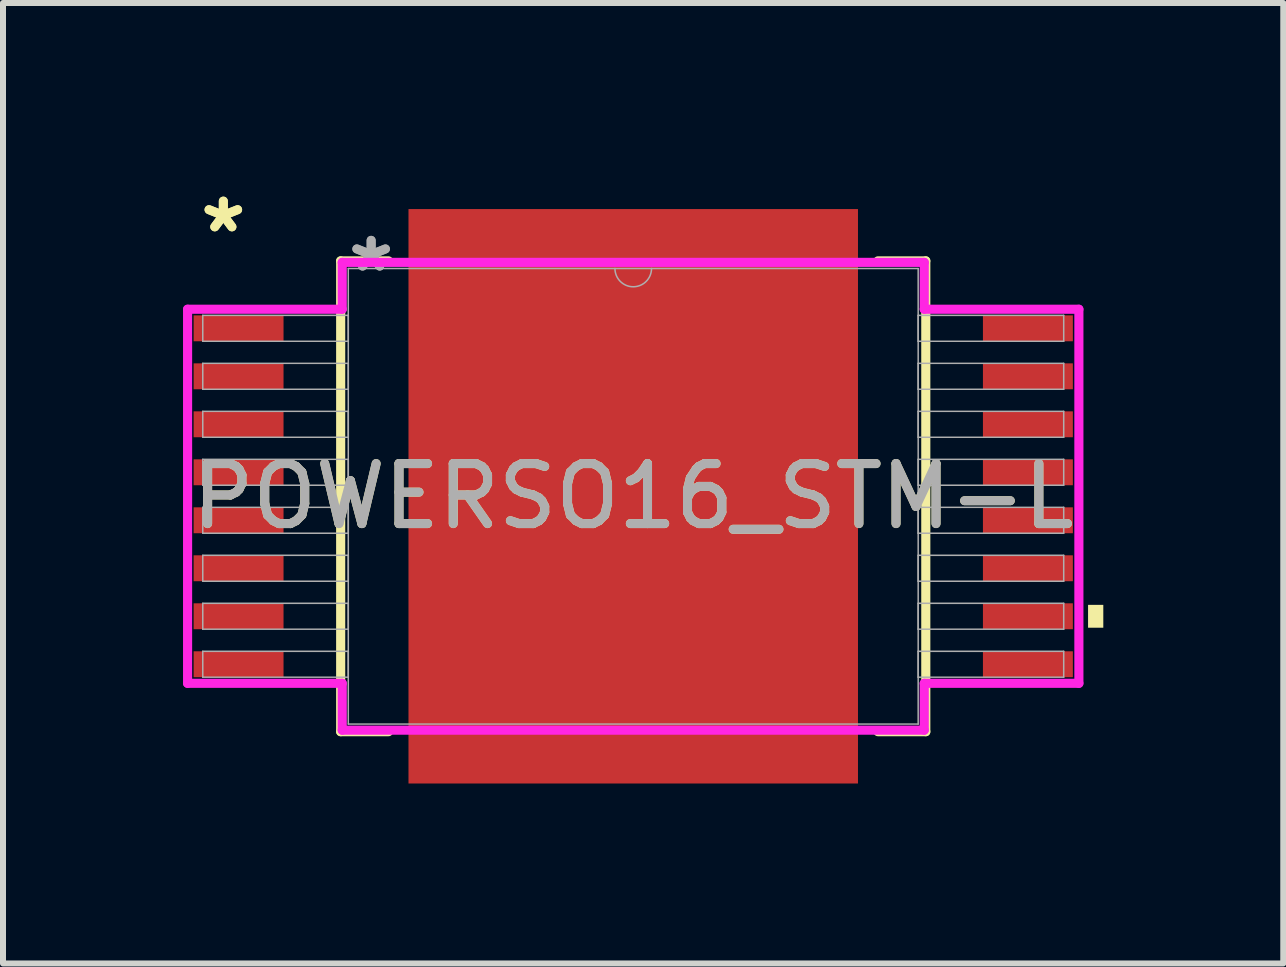
<source format=kicad_pcb>
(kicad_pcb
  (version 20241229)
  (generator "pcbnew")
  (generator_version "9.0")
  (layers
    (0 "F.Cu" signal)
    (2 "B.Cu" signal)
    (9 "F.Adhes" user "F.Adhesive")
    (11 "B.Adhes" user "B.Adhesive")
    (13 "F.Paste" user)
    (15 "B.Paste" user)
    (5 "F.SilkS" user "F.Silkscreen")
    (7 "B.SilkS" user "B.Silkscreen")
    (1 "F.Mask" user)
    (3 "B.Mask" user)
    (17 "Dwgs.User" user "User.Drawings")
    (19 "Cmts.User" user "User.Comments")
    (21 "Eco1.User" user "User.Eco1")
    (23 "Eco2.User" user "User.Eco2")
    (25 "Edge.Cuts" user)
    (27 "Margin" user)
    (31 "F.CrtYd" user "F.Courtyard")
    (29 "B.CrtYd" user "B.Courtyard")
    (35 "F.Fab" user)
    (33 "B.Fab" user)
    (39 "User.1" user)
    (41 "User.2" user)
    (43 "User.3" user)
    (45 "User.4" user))
  (footprint "POWERSO16_STM-L"
    (layer "F.Cu")
    (at 7.506 5.223)
    (property "Reference" "POWERSO16_STM-L" (at 0 0 0) (unlocked yes) (layer "F.SilkS") (effects (font (size 1 1) (thickness 0.15))))
    (attr smd)
    (fp_line (start -4.877 -3.924) (end -4.877 3.924) (stroke (width 0.152) (type solid)) (layer "F.SilkS"))
    (fp_line (start -4.877 3.924) (end -4.079 3.924) (stroke (width 0.152) (type solid)) (layer "F.SilkS"))
    (fp_line (start -4.079 -3.924) (end -4.877 -3.924) (stroke (width 0.152) (type solid)) (layer "F.SilkS"))
    (fp_line (start 4.079 3.924) (end 4.877 3.924) (stroke (width 0.152) (type solid)) (layer "F.SilkS"))
    (fp_line (start 4.877 -3.924) (end 4.079 -3.924) (stroke (width 0.152) (type solid)) (layer "F.SilkS"))
    (fp_line (start 4.877 3.924) (end 4.877 -3.924) (stroke (width 0.152) (type solid)) (layer "F.SilkS"))
    (fp_poly (pts (xy 7.836 1.81) (xy 7.836 2.191) (xy 7.582 2.191) (xy 7.582 1.81)) (stroke (width 0) (type solid)) (fill yes) (layer "F.SilkS"))
    (fp_poly (pts (xy -3.647 -4.688) (xy -3.647 -3.52) (xy -2.348 -3.52) (xy -2.348 -4.688)) (stroke (width 0) (type solid)) (fill yes) (layer "F.Paste"))
    (fp_poly (pts (xy -3.647 -3.32) (xy -3.647 -2.152) (xy -2.348 -2.152) (xy -2.348 -3.32)) (stroke (width 0) (type solid)) (fill yes) (layer "F.Paste"))
    (fp_poly (pts (xy -3.647 -1.952) (xy -3.647 -0.784) (xy -2.348 -0.784) (xy -2.348 -1.952)) (stroke (width 0) (type solid)) (fill yes) (layer "F.Paste"))
    (fp_poly (pts (xy -3.647 -0.584) (xy -3.647 0.584) (xy -2.348 0.584) (xy -2.348 -0.584)) (stroke (width 0) (type solid)) (fill yes) (layer "F.Paste"))
    (fp_poly (pts (xy -3.647 0.784) (xy -3.647 1.952) (xy -2.348 1.952) (xy -2.348 0.784)) (stroke (width 0) (type solid)) (fill yes) (layer "F.Paste"))
    (fp_poly (pts (xy -3.647 2.152) (xy -3.647 3.32) (xy -2.348 3.32) (xy -2.348 2.152)) (stroke (width 0) (type solid)) (fill yes) (layer "F.Paste"))
    (fp_poly (pts (xy -3.647 3.52) (xy -3.647 4.688) (xy -2.348 4.688) (xy -2.348 3.52)) (stroke (width 0) (type solid)) (fill yes) (layer "F.Paste"))
    (fp_poly (pts (xy -2.148 -4.688) (xy -2.148 -3.52) (xy -0.849 -3.52) (xy -0.849 -4.688)) (stroke (width 0) (type solid)) (fill yes) (layer "F.Paste"))
    (fp_poly (pts (xy -2.148 -3.32) (xy -2.148 -2.152) (xy -0.849 -2.152) (xy -0.849 -3.32)) (stroke (width 0) (type solid)) (fill yes) (layer "F.Paste"))
    (fp_poly (pts (xy -2.148 -1.952) (xy -2.148 -0.784) (xy -0.849 -0.784) (xy -0.849 -1.952)) (stroke (width 0) (type solid)) (fill yes) (layer "F.Paste"))
    (fp_poly (pts (xy -2.148 -0.584) (xy -2.148 0.584) (xy -0.849 0.584) (xy -0.849 -0.584)) (stroke (width 0) (type solid)) (fill yes) (layer "F.Paste"))
    (fp_poly (pts (xy -2.148 0.784) (xy -2.148 1.952) (xy -0.849 1.952) (xy -0.849 0.784)) (stroke (width 0) (type solid)) (fill yes) (layer "F.Paste"))
    (fp_poly (pts (xy -2.148 2.152) (xy -2.148 3.32) (xy -0.849 3.32) (xy -0.849 2.152)) (stroke (width 0) (type solid)) (fill yes) (layer "F.Paste"))
    (fp_poly (pts (xy -2.148 3.52) (xy -2.148 4.688) (xy -0.849 4.688) (xy -0.849 3.52)) (stroke (width 0) (type solid)) (fill yes) (layer "F.Paste"))
    (fp_poly (pts (xy -0.649 -4.688) (xy -0.649 -3.52) (xy 0.649 -3.52) (xy 0.649 -4.688)) (stroke (width 0) (type solid)) (fill yes) (layer "F.Paste"))
    (fp_poly (pts (xy -0.649 -3.32) (xy -0.649 -2.152) (xy 0.649 -2.152) (xy 0.649 -3.32)) (stroke (width 0) (type solid)) (fill yes) (layer "F.Paste"))
    (fp_poly (pts (xy -0.649 -1.952) (xy -0.649 -0.784) (xy 0.649 -0.784) (xy 0.649 -1.952)) (stroke (width 0) (type solid)) (fill yes) (layer "F.Paste"))
    (fp_poly (pts (xy -0.649 -0.584) (xy -0.649 0.584) (xy 0.649 0.584) (xy 0.649 -0.584)) (stroke (width 0) (type solid)) (fill yes) (layer "F.Paste"))
    (fp_poly (pts (xy -0.649 0.784) (xy -0.649 1.952) (xy 0.649 1.952) (xy 0.649 0.784)) (stroke (width 0) (type solid)) (fill yes) (layer "F.Paste"))
    (fp_poly (pts (xy -0.649 2.152) (xy -0.649 3.32) (xy 0.649 3.32) (xy 0.649 2.152)) (stroke (width 0) (type solid)) (fill yes) (layer "F.Paste"))
    (fp_poly (pts (xy -0.649 3.52) (xy -0.649 4.688) (xy 0.649 4.688) (xy 0.649 3.52)) (stroke (width 0) (type solid)) (fill yes) (layer "F.Paste"))
    (fp_poly (pts (xy 0.849 -4.688) (xy 0.849 -3.52) (xy 2.148 -3.52) (xy 2.148 -4.688)) (stroke (width 0) (type solid)) (fill yes) (layer "F.Paste"))
    (fp_poly (pts (xy 0.849 -3.32) (xy 0.849 -2.152) (xy 2.148 -2.152) (xy 2.148 -3.32)) (stroke (width 0) (type solid)) (fill yes) (layer "F.Paste"))
    (fp_poly (pts (xy 0.849 -1.952) (xy 0.849 -0.784) (xy 2.148 -0.784) (xy 2.148 -1.952)) (stroke (width 0) (type solid)) (fill yes) (layer "F.Paste"))
    (fp_poly (pts (xy 0.849 -0.584) (xy 0.849 0.584) (xy 2.148 0.584) (xy 2.148 -0.584)) (stroke (width 0) (type solid)) (fill yes) (layer "F.Paste"))
    (fp_poly (pts (xy 0.849 0.784) (xy 0.849 1.952) (xy 2.148 1.952) (xy 2.148 0.784)) (stroke (width 0) (type solid)) (fill yes) (layer "F.Paste"))
    (fp_poly (pts (xy 0.849 2.152) (xy 0.849 3.32) (xy 2.148 3.32) (xy 2.148 2.152)) (stroke (width 0) (type solid)) (fill yes) (layer "F.Paste"))
    (fp_poly (pts (xy 0.849 3.52) (xy 0.849 4.688) (xy 2.148 4.688) (xy 2.148 3.52)) (stroke (width 0) (type solid)) (fill yes) (layer "F.Paste"))
    (fp_poly (pts (xy 2.348 -4.688) (xy 2.348 -3.52) (xy 3.647 -3.52) (xy 3.647 -4.688)) (stroke (width 0) (type solid)) (fill yes) (layer "F.Paste"))
    (fp_poly (pts (xy 2.348 -3.32) (xy 2.348 -2.152) (xy 3.647 -2.152) (xy 3.647 -3.32)) (stroke (width 0) (type solid)) (fill yes) (layer "F.Paste"))
    (fp_poly (pts (xy 2.348 -1.952) (xy 2.348 -0.784) (xy 3.647 -0.784) (xy 3.647 -1.952)) (stroke (width 0) (type solid)) (fill yes) (layer "F.Paste"))
    (fp_poly (pts (xy 2.348 -0.584) (xy 2.348 0.584) (xy 3.647 0.584) (xy 3.647 -0.584)) (stroke (width 0) (type solid)) (fill yes) (layer "F.Paste"))
    (fp_poly (pts (xy 2.348 0.784) (xy 2.348 1.952) (xy 3.647 1.952) (xy 3.647 0.784)) (stroke (width 0) (type solid)) (fill yes) (layer "F.Paste"))
    (fp_poly (pts (xy 2.348 2.152) (xy 2.348 3.32) (xy 3.647 3.32) (xy 3.647 2.152)) (stroke (width 0) (type solid)) (fill yes) (layer "F.Paste"))
    (fp_poly (pts (xy 2.348 3.52) (xy 2.348 4.688) (xy 3.647 4.688) (xy 3.647 3.52)) (stroke (width 0) (type solid)) (fill yes) (layer "F.Paste"))
    (fp_line (start -7.429 -3.118) (end -4.851 -3.118) (stroke (width 0.152) (type solid)) (layer "F.CrtYd"))
    (fp_line (start -7.429 3.118) (end -7.429 -3.118) (stroke (width 0.152) (type solid)) (layer "F.CrtYd"))
    (fp_line (start -7.429 3.118) (end -4.851 3.118) (stroke (width 0.152) (type solid)) (layer "F.CrtYd"))
    (fp_line (start -4.851 -3.899) (end 4.851 -3.899) (stroke (width 0.152) (type solid)) (layer "F.CrtYd"))
    (fp_line (start -4.851 -3.118) (end -4.851 -3.899) (stroke (width 0.152) (type solid)) (layer "F.CrtYd"))
    (fp_line (start -4.851 3.899) (end -4.851 3.118) (stroke (width 0.152) (type solid)) (layer "F.CrtYd"))
    (fp_line (start 4.851 -3.899) (end 4.851 -3.118) (stroke (width 0.152) (type solid)) (layer "F.CrtYd"))
    (fp_line (start 4.851 3.118) (end 4.851 3.899) (stroke (width 0.152) (type solid)) (layer "F.CrtYd"))
    (fp_line (start 4.851 3.899) (end -4.851 3.899) (stroke (width 0.152) (type solid)) (layer "F.CrtYd"))
    (fp_line (start 7.429 -3.118) (end 4.851 -3.118) (stroke (width 0.152) (type solid)) (layer "F.CrtYd"))
    (fp_line (start 7.429 -3.118) (end 7.429 3.118) (stroke (width 0.152) (type solid)) (layer "F.CrtYd"))
    (fp_line (start 7.429 3.118) (end 4.851 3.118) (stroke (width 0.152) (type solid)) (layer "F.CrtYd"))
    (fp_line (start -7.176 -3.016) (end -7.176 -2.584) (stroke (width 0.025) (type solid)) (layer "F.Fab"))
    (fp_line (start -7.176 -2.584) (end -4.75 -2.584) (stroke (width 0.025) (type solid)) (layer "F.Fab"))
    (fp_line (start -7.176 -2.216) (end -7.176 -1.784) (stroke (width 0.025) (type solid)) (layer "F.Fab"))
    (fp_line (start -7.176 -1.784) (end -4.75 -1.784) (stroke (width 0.025) (type solid)) (layer "F.Fab"))
    (fp_line (start -7.176 -1.416) (end -7.176 -0.984) (stroke (width 0.025) (type solid)) (layer "F.Fab"))
    (fp_line (start -7.176 -0.984) (end -4.75 -0.984) (stroke (width 0.025) (type solid)) (layer "F.Fab"))
    (fp_line (start -7.176 -0.616) (end -7.176 -0.184) (stroke (width 0.025) (type solid)) (layer "F.Fab"))
    (fp_line (start -7.176 -0.184) (end -4.75 -0.184) (stroke (width 0.025) (type solid)) (layer "F.Fab"))
    (fp_line (start -7.176 0.184) (end -7.176 0.616) (stroke (width 0.025) (type solid)) (layer "F.Fab"))
    (fp_line (start -7.176 0.616) (end -4.75 0.616) (stroke (width 0.025) (type solid)) (layer "F.Fab"))
    (fp_line (start -7.176 0.984) (end -7.176 1.416) (stroke (width 0.025) (type solid)) (layer "F.Fab"))
    (fp_line (start -7.176 1.416) (end -4.75 1.416) (stroke (width 0.025) (type solid)) (layer "F.Fab"))
    (fp_line (start -7.176 1.784) (end -7.176 2.216) (stroke (width 0.025) (type solid)) (layer "F.Fab"))
    (fp_line (start -7.176 2.216) (end -4.75 2.216) (stroke (width 0.025) (type solid)) (layer "F.Fab"))
    (fp_line (start -7.176 2.584) (end -7.176 3.016) (stroke (width 0.025) (type solid)) (layer "F.Fab"))
    (fp_line (start -7.176 3.016) (end -4.75 3.016) (stroke (width 0.025) (type solid)) (layer "F.Fab"))
    (fp_line (start -4.75 -3.797) (end -4.75 3.797) (stroke (width 0.025) (type solid)) (layer "F.Fab"))
    (fp_line (start -4.75 -3.016) (end -7.176 -3.016) (stroke (width 0.025) (type solid)) (layer "F.Fab"))
    (fp_line (start -4.75 -2.584) (end -4.75 -3.016) (stroke (width 0.025) (type solid)) (layer "F.Fab"))
    (fp_line (start -4.75 -2.216) (end -7.176 -2.216) (stroke (width 0.025) (type solid)) (layer "F.Fab"))
    (fp_line (start -4.75 -1.784) (end -4.75 -2.216) (stroke (width 0.025) (type solid)) (layer "F.Fab"))
    (fp_line (start -4.75 -1.416) (end -7.176 -1.416) (stroke (width 0.025) (type solid)) (layer "F.Fab"))
    (fp_line (start -4.75 -0.984) (end -4.75 -1.416) (stroke (width 0.025) (type solid)) (layer "F.Fab"))
    (fp_line (start -4.75 -0.616) (end -7.176 -0.616) (stroke (width 0.025) (type solid)) (layer "F.Fab"))
    (fp_line (start -4.75 -0.184) (end -4.75 -0.616) (stroke (width 0.025) (type solid)) (layer "F.Fab"))
    (fp_line (start -4.75 0.184) (end -7.176 0.184) (stroke (width 0.025) (type solid)) (layer "F.Fab"))
    (fp_line (start -4.75 0.616) (end -4.75 0.184) (stroke (width 0.025) (type solid)) (layer "F.Fab"))
    (fp_line (start -4.75 0.984) (end -7.176 0.984) (stroke (width 0.025) (type solid)) (layer "F.Fab"))
    (fp_line (start -4.75 1.416) (end -4.75 0.984) (stroke (width 0.025) (type solid)) (layer "F.Fab"))
    (fp_line (start -4.75 1.784) (end -7.176 1.784) (stroke (width 0.025) (type solid)) (layer "F.Fab"))
    (fp_line (start -4.75 2.216) (end -4.75 1.784) (stroke (width 0.025) (type solid)) (layer "F.Fab"))
    (fp_line (start -4.75 2.584) (end -7.176 2.584) (stroke (width 0.025) (type solid)) (layer "F.Fab"))
    (fp_line (start -4.75 3.016) (end -4.75 2.584) (stroke (width 0.025) (type solid)) (layer "F.Fab"))
    (fp_line (start -4.75 3.797) (end 4.75 3.797) (stroke (width 0.025) (type solid)) (layer "F.Fab"))
    (fp_line (start 4.75 -3.797) (end -4.75 -3.797) (stroke (width 0.025) (type solid)) (layer "F.Fab"))
    (fp_line (start 4.75 -3.016) (end 4.75 -2.584) (stroke (width 0.025) (type solid)) (layer "F.Fab"))
    (fp_line (start 4.75 -2.584) (end 7.176 -2.584) (stroke (width 0.025) (type solid)) (layer "F.Fab"))
    (fp_line (start 4.75 -2.216) (end 4.75 -1.784) (stroke (width 0.025) (type solid)) (layer "F.Fab"))
    (fp_line (start 4.75 -1.784) (end 7.176 -1.784) (stroke (width 0.025) (type solid)) (layer "F.Fab"))
    (fp_line (start 4.75 -1.416) (end 4.75 -0.984) (stroke (width 0.025) (type solid)) (layer "F.Fab"))
    (fp_line (start 4.75 -0.984) (end 7.176 -0.984) (stroke (width 0.025) (type solid)) (layer "F.Fab"))
    (fp_line (start 4.75 -0.616) (end 4.75 -0.184) (stroke (width 0.025) (type solid)) (layer "F.Fab"))
    (fp_line (start 4.75 -0.184) (end 7.176 -0.184) (stroke (width 0.025) (type solid)) (layer "F.Fab"))
    (fp_line (start 4.75 0.184) (end 4.75 0.616) (stroke (width 0.025) (type solid)) (layer "F.Fab"))
    (fp_line (start 4.75 0.616) (end 7.176 0.616) (stroke (width 0.025) (type solid)) (layer "F.Fab"))
    (fp_line (start 4.75 0.984) (end 4.75 1.416) (stroke (width 0.025) (type solid)) (layer "F.Fab"))
    (fp_line (start 4.75 1.416) (end 7.176 1.416) (stroke (width 0.025) (type solid)) (layer "F.Fab"))
    (fp_line (start 4.75 1.784) (end 4.75 2.216) (stroke (width 0.025) (type solid)) (layer "F.Fab"))
    (fp_line (start 4.75 2.216) (end 7.176 2.216) (stroke (width 0.025) (type solid)) (layer "F.Fab"))
    (fp_line (start 4.75 2.584) (end 4.75 3.016) (stroke (width 0.025) (type solid)) (layer "F.Fab"))
    (fp_line (start 4.75 3.016) (end 7.176 3.016) (stroke (width 0.025) (type solid)) (layer "F.Fab"))
    (fp_line (start 4.75 3.797) (end 4.75 -3.797) (stroke (width 0.025) (type solid)) (layer "F.Fab"))
    (fp_line (start 7.176 -3.016) (end 4.75 -3.016) (stroke (width 0.025) (type solid)) (layer "F.Fab"))
    (fp_line (start 7.176 -2.584) (end 7.176 -3.016) (stroke (width 0.025) (type solid)) (layer "F.Fab"))
    (fp_line (start 7.176 -2.216) (end 4.75 -2.216) (stroke (width 0.025) (type solid)) (layer "F.Fab"))
    (fp_line (start 7.176 -1.784) (end 7.176 -2.216) (stroke (width 0.025) (type solid)) (layer "F.Fab"))
    (fp_line (start 7.176 -1.416) (end 4.75 -1.416) (stroke (width 0.025) (type solid)) (layer "F.Fab"))
    (fp_line (start 7.176 -0.984) (end 7.176 -1.416) (stroke (width 0.025) (type solid)) (layer "F.Fab"))
    (fp_line (start 7.176 -0.616) (end 4.75 -0.616) (stroke (width 0.025) (type solid)) (layer "F.Fab"))
    (fp_line (start 7.176 -0.184) (end 7.176 -0.616) (stroke (width 0.025) (type solid)) (layer "F.Fab"))
    (fp_line (start 7.176 0.184) (end 4.75 0.184) (stroke (width 0.025) (type solid)) (layer "F.Fab"))
    (fp_line (start 7.176 0.616) (end 7.176 0.184) (stroke (width 0.025) (type solid)) (layer "F.Fab"))
    (fp_line (start 7.176 0.984) (end 4.75 0.984) (stroke (width 0.025) (type solid)) (layer "F.Fab"))
    (fp_line (start 7.176 1.416) (end 7.176 0.984) (stroke (width 0.025) (type solid)) (layer "F.Fab"))
    (fp_line (start 7.176 1.784) (end 4.75 1.784) (stroke (width 0.025) (type solid)) (layer "F.Fab"))
    (fp_line (start 7.176 2.216) (end 7.176 1.784) (stroke (width 0.025) (type solid)) (layer "F.Fab"))
    (fp_line (start 7.176 2.584) (end 4.75 2.584) (stroke (width 0.025) (type solid)) (layer "F.Fab"))
    (fp_line (start 7.176 3.016) (end 7.176 2.584) (stroke (width 0.025) (type solid)) (layer "F.Fab"))
    (fp_arc (start 0.3048 -3.7973) (mid 0 -3.4925) (end -0.3048 -3.7973) (stroke (width 0.0254) (type solid)) (layer "F.Fab"))
    (fp_text user "*" (at -6.833 -4.375 0) (layer "F.SilkS") (effects (font (size 1 1) (thickness 0.15))))
    (fp_text user "*" (at -6.833 -4.375 0) (unlocked yes) (layer "F.SilkS") (effects (font (size 1 1) (thickness 0.15))))
    (fp_text user "*" (at -4.369 -3.721 0) (layer "F.Fab") (effects (font (size 1 1) (thickness 0.15))))
    (fp_text user "*" (at -4.369 -3.721 0) (unlocked yes) (layer "F.Fab") (effects (font (size 1 1) (thickness 0.15))))
    (fp_text user "${REFERENCE}" (at 0 0 0) (unlocked yes) (layer "F.Fab") (effects (font (size 1 1) (thickness 0.15))))
    (pad "1" smd rect (at -6.579 -2.8) (size 1.499 0.432) (layers "F.Cu" "F.Mask" "F.Paste"))
    (pad "2" smd rect (at -6.579 -2) (size 1.499 0.432) (layers "F.Cu" "F.Mask" "F.Paste"))
    (pad "3" smd rect (at -6.579 -1.2) (size 1.499 0.432) (layers "F.Cu" "F.Mask" "F.Paste"))
    (pad "4" smd rect (at -6.579 -0.4) (size 1.499 0.432) (layers "F.Cu" "F.Mask" "F.Paste"))
    (pad "5" smd rect (at -6.579 0.4) (size 1.499 0.432) (layers "F.Cu" "F.Mask" "F.Paste"))
    (pad "6" smd rect (at -6.579 1.2) (size 1.499 0.432) (layers "F.Cu" "F.Mask" "F.Paste"))
    (pad "7" smd rect (at -6.579 2) (size 1.499 0.432) (layers "F.Cu" "F.Mask" "F.Paste"))
    (pad "8" smd rect (at -6.579 2.8) (size 1.499 0.432) (layers "F.Cu" "F.Mask" "F.Paste"))
    (pad "9" smd rect (at 6.579 2.8) (size 1.499 0.432) (layers "F.Cu" "F.Mask" "F.Paste"))
    (pad "10" smd rect (at 6.579 2) (size 1.499 0.432) (layers "F.Cu" "F.Mask" "F.Paste"))
    (pad "11" smd rect (at 6.579 1.2) (size 1.499 0.432) (layers "F.Cu" "F.Mask" "F.Paste"))
    (pad "12" smd rect (at 6.579 0.4) (size 1.499 0.432) (layers "F.Cu" "F.Mask" "F.Paste"))
    (pad "13" smd rect (at 6.579 -0.4) (size 1.499 0.432) (layers "F.Cu" "F.Mask" "F.Paste"))
    (pad "14" smd rect (at 6.579 -1.2) (size 1.499 0.432) (layers "F.Cu" "F.Mask" "F.Paste"))
    (pad "15" smd rect (at 6.579 -2) (size 1.499 0.432) (layers "F.Cu" "F.Mask" "F.Paste"))
    (pad "16" smd rect (at 6.579 -2.8) (size 1.499 0.432) (layers "F.Cu" "F.Mask" "F.Paste"))
    (pad "EPAD" smd rect (at 0 0) (size 7.493 9.576) (layers "F.Cu" "F.Mask")))
  (gr_rect
    (start -3 -3)
    (end 18.342 13.011)
    (stroke (width 0.1) (type default))
    (fill no)
    (layer "Edge.Cuts")))
</source>
